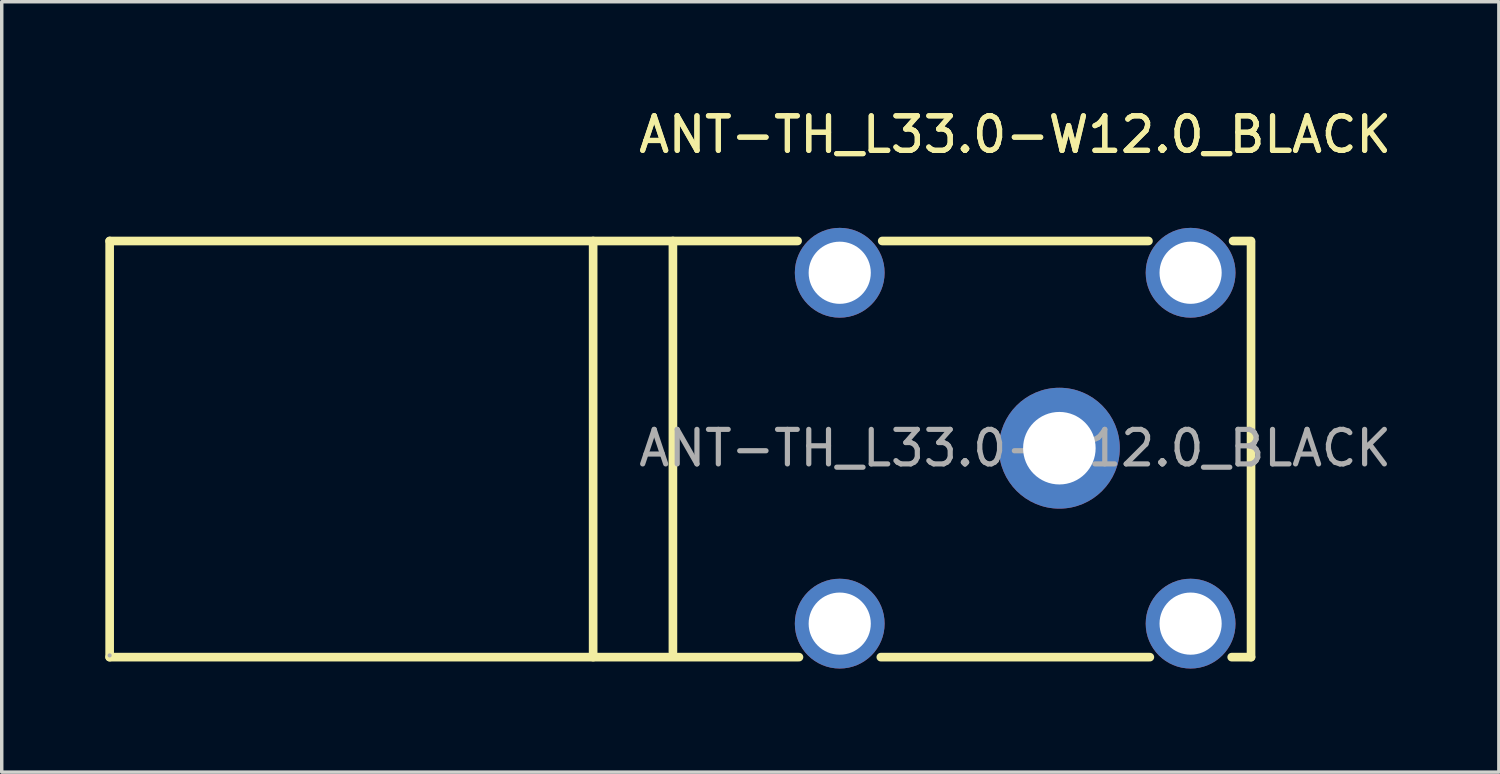
<source format=kicad_pcb>
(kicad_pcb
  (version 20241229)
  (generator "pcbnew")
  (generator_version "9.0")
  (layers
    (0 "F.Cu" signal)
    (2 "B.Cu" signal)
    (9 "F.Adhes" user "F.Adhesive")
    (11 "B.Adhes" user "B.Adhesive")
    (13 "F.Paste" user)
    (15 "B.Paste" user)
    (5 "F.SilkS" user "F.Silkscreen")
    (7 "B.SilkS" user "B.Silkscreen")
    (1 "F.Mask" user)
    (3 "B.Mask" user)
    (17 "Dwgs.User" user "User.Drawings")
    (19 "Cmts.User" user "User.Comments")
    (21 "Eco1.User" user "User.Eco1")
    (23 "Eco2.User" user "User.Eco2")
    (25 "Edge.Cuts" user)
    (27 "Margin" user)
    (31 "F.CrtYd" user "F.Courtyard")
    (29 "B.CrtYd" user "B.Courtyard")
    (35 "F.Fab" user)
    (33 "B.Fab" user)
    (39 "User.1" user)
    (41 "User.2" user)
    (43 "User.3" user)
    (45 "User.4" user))
  (footprint "ANT-TH_L33.0-W12.0_BLACK"
    (layer "F.Cu")
    (at 26.345 9.928)
    (property "Reference" "ANT-TH_L33.0-W12.0_BLACK" (at 0 -9.08 0) (layer "F.SilkS") (effects (font (size 1 1) (thickness 0.15))))
    (attr through_hole)
    (fp_line (start -26.22 -6) (end -6.3 -6) (stroke (width 0.25) (type solid)) (layer "F.SilkS"))
    (fp_line (start -26.22 6.05) (end -26.22 -6) (stroke (width 0.25) (type solid)) (layer "F.SilkS"))
    (fp_line (start -12.22 -6) (end -12.22 6.05) (stroke (width 0.25) (type solid)) (layer "F.SilkS"))
    (fp_line (start -9.91 -6) (end -9.91 5.9) (stroke (width 0.25) (type solid)) (layer "F.SilkS"))
    (fp_line (start -6.26 6.05) (end -26.22 6.05) (stroke (width 0.25) (type solid)) (layer "F.SilkS"))
    (fp_line (start -3.85 -6) (end 3.86 -6) (stroke (width 0.25) (type solid)) (layer "F.SilkS"))
    (fp_line (start 3.9 6.05) (end -3.89 6.05) (stroke (width 0.25) (type solid)) (layer "F.SilkS"))
    (fp_line (start 6.31 -6) (end 6.83 -6) (stroke (width 0.25) (type solid)) (layer "F.SilkS"))
    (fp_line (start 6.83 -5.95) (end 6.83 6.05) (stroke (width 0.25) (type solid)) (layer "F.SilkS"))
    (fp_line (start 6.83 6.05) (end 6.27 6.05) (stroke (width 0.25) (type solid)) (layer "F.SilkS"))
    (fp_circle (center -26.22 6) (end -26.19 6) (stroke (width 0.06) (type solid)) (fill no) (layer "F.Fab"))
    (fp_circle (center 1.28 0) (end 1.78 0) (stroke (width 1) (type solid)) (fill no) (layer "F.Fab"))
    (fp_text user "${REFERENCE}" (at 0 -9.08 0) (layer "F.SilkS") (effects (font (size 1 1) (thickness 0.15))))
    (fp_text user "${REFERENCE}" (at 0 0 0) (layer "F.Fab") (effects (font (size 1 1) (thickness 0.15))))
    (pad "1" thru_hole circle (at -5.08 5.08) (size 2.6 2.6) (drill 1.8) (layers "*.Cu" "*.Mask"))
    (pad "2" thru_hole circle (at -5.08 -5.08) (size 2.6 2.6) (drill 1.8) (layers "*.Cu" "*.Mask"))
    (pad "3" thru_hole circle (at 5.08 -5.08) (size 2.6 2.6) (drill 1.8) (layers "*.Cu" "*.Mask"))
    (pad "4" thru_hole circle (at 5.08 5.08) (size 2.6 2.6) (drill 1.8) (layers "*.Cu" "*.Mask"))
    (pad "5" thru_hole circle (at 1.28 0) (size 3.5 3.5) (drill 2.1) (layers "*.Cu" "*.Mask")))
  (gr_rect
    (start -3 -3)
    (end 40.351 19.308)
    (stroke (width 0.1) (type default))
    (fill no)
    (layer "Edge.Cuts")))
</source>
